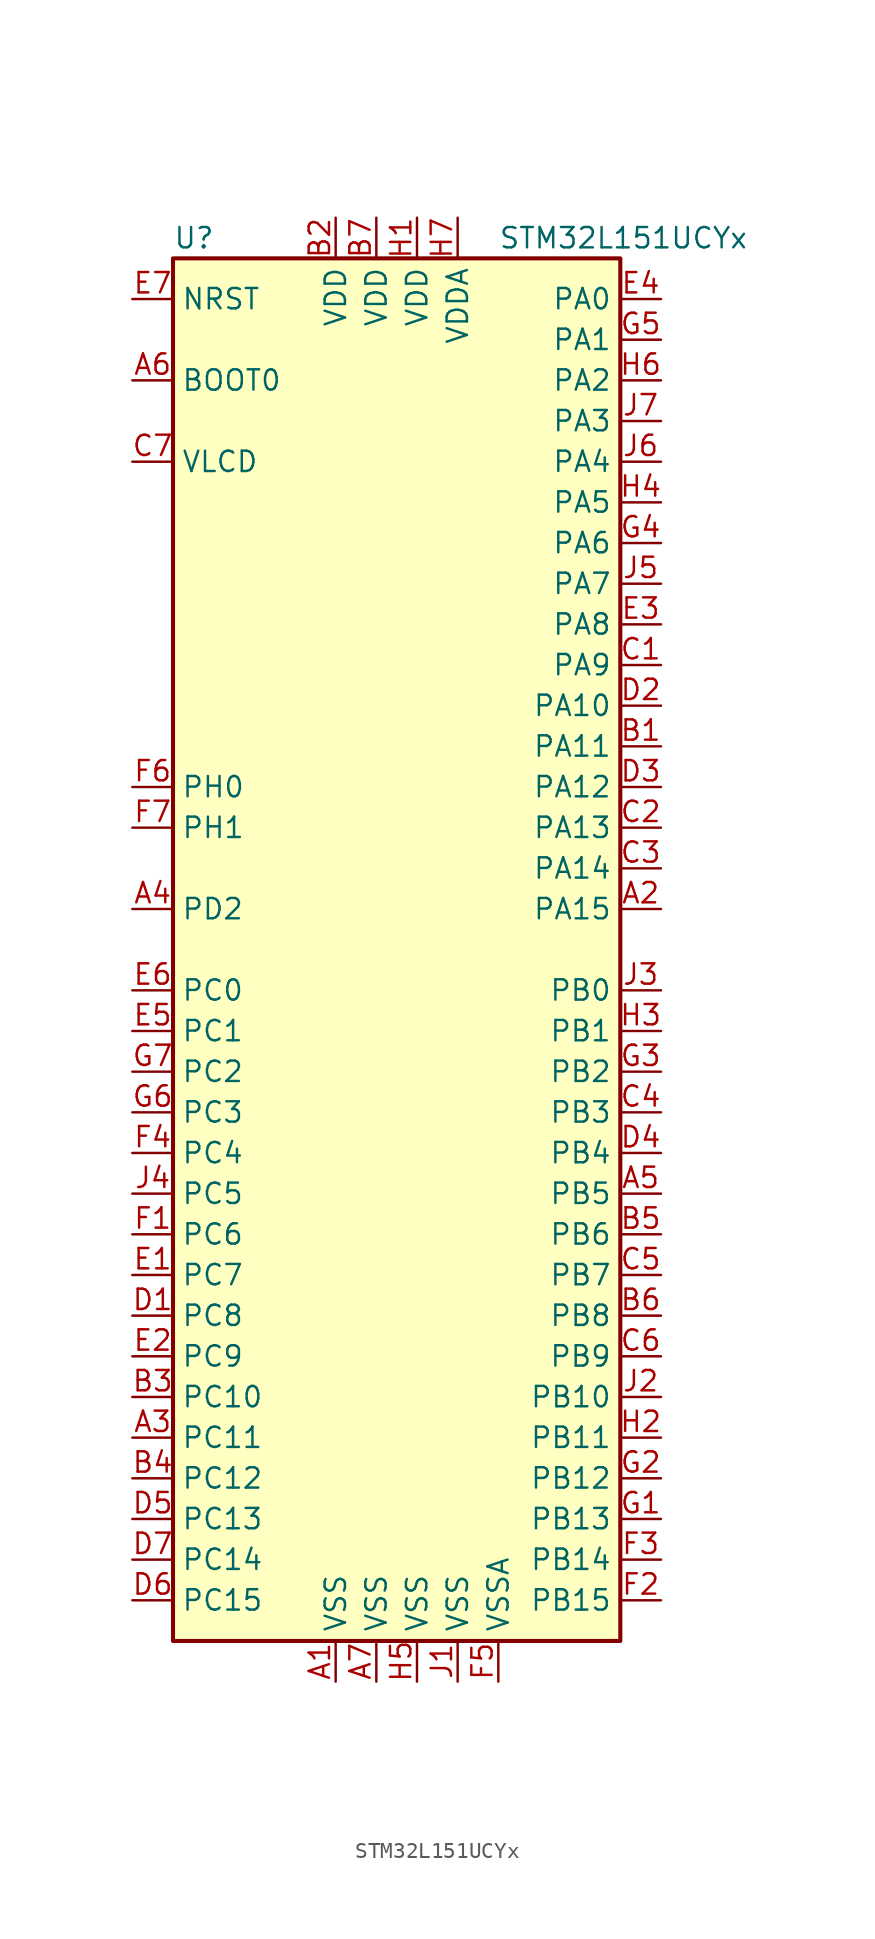
<source format=kicad_sym>
(kicad_symbol_lib
  (version 20201005)
  (generator kicad_symbol_editor)
  (symbol "STM32L151UCYx"
    (property "Reference" "U"
      (at -15.24 44.45 0)
      (effects (font (size 1.27 1.27)) (justify left)))
    (property "Value" "STM32L151UCYx"
      (at 5.08 44.45 0)
      (effects (font (size 1.27 1.27)) (justify left)))
    (symbol "STM32L151UCYx_0_1"
      (rectangle (start -15.24 -43.18) (end 12.7 43.18) (stroke (width 0.254)) (fill (type background))))
    (symbol "STM32L151UCYx_1_1"
      (pin input line (at -17.78 35.56 0) (length 2.54) (name "BOOT0" (effects (font (size 1.27 1.27)))) (number "A6" (effects (font (size 1.27 1.27)))))
      (pin input line (at -17.78 40.64 0) (length 2.54) (name "NRST" (effects (font (size 1.27 1.27)))) (number "E7" (effects (font (size 1.27 1.27)))))
      (pin bidirectional line (at 15.24 40.64 180) (length 2.54) (name "PA0" (effects (font (size 1.27 1.27)))) (number "E4" (effects (font (size 1.27 1.27)))))
      (pin bidirectional line (at 15.24 38.1 180) (length 2.54) (name "PA1" (effects (font (size 1.27 1.27)))) (number "G5" (effects (font (size 1.27 1.27)))))
      (pin bidirectional line (at 15.24 15.24 180) (length 2.54) (name "PA10" (effects (font (size 1.27 1.27)))) (number "D2" (effects (font (size 1.27 1.27)))))
      (pin bidirectional line (at 15.24 12.7 180) (length 2.54) (name "PA11" (effects (font (size 1.27 1.27)))) (number "B1" (effects (font (size 1.27 1.27)))))
      (pin bidirectional line (at 15.24 10.16 180) (length 2.54) (name "PA12" (effects (font (size 1.27 1.27)))) (number "D3" (effects (font (size 1.27 1.27)))))
      (pin bidirectional line (at 15.24 7.62 180) (length 2.54) (name "PA13" (effects (font (size 1.27 1.27)))) (number "C2" (effects (font (size 1.27 1.27)))))
      (pin bidirectional line (at 15.24 5.08 180) (length 2.54) (name "PA14" (effects (font (size 1.27 1.27)))) (number "C3" (effects (font (size 1.27 1.27)))))
      (pin bidirectional line (at 15.24 2.54 180) (length 2.54) (name "PA15" (effects (font (size 1.27 1.27)))) (number "A2" (effects (font (size 1.27 1.27)))))
      (pin bidirectional line (at 15.24 35.56 180) (length 2.54) (name "PA2" (effects (font (size 1.27 1.27)))) (number "H6" (effects (font (size 1.27 1.27)))))
      (pin bidirectional line (at 15.24 33.02 180) (length 2.54) (name "PA3" (effects (font (size 1.27 1.27)))) (number "J7" (effects (font (size 1.27 1.27)))))
      (pin bidirectional line (at 15.24 30.48 180) (length 2.54) (name "PA4" (effects (font (size 1.27 1.27)))) (number "J6" (effects (font (size 1.27 1.27)))))
      (pin bidirectional line (at 15.24 27.94 180) (length 2.54) (name "PA5" (effects (font (size 1.27 1.27)))) (number "H4" (effects (font (size 1.27 1.27)))))
      (pin bidirectional line (at 15.24 25.4 180) (length 2.54) (name "PA6" (effects (font (size 1.27 1.27)))) (number "G4" (effects (font (size 1.27 1.27)))))
      (pin bidirectional line (at 15.24 22.86 180) (length 2.54) (name "PA7" (effects (font (size 1.27 1.27)))) (number "J5" (effects (font (size 1.27 1.27)))))
      (pin bidirectional line (at 15.24 20.32 180) (length 2.54) (name "PA8" (effects (font (size 1.27 1.27)))) (number "E3" (effects (font (size 1.27 1.27)))))
      (pin bidirectional line (at 15.24 17.78 180) (length 2.54) (name "PA9" (effects (font (size 1.27 1.27)))) (number "C1" (effects (font (size 1.27 1.27)))))
      (pin bidirectional line (at 15.24 -2.54 180) (length 2.54) (name "PB0" (effects (font (size 1.27 1.27)))) (number "J3" (effects (font (size 1.27 1.27)))))
      (pin bidirectional line (at 15.24 -5.08 180) (length 2.54) (name "PB1" (effects (font (size 1.27 1.27)))) (number "H3" (effects (font (size 1.27 1.27)))))
      (pin bidirectional line (at 15.24 -27.94 180) (length 2.54) (name "PB10" (effects (font (size 1.27 1.27)))) (number "J2" (effects (font (size 1.27 1.27)))))
      (pin bidirectional line (at 15.24 -30.48 180) (length 2.54) (name "PB11" (effects (font (size 1.27 1.27)))) (number "H2" (effects (font (size 1.27 1.27)))))
      (pin bidirectional line (at 15.24 -33.02 180) (length 2.54) (name "PB12" (effects (font (size 1.27 1.27)))) (number "G2" (effects (font (size 1.27 1.27)))))
      (pin bidirectional line (at 15.24 -35.56 180) (length 2.54) (name "PB13" (effects (font (size 1.27 1.27)))) (number "G1" (effects (font (size 1.27 1.27)))))
      (pin bidirectional line (at 15.24 -38.1 180) (length 2.54) (name "PB14" (effects (font (size 1.27 1.27)))) (number "F3" (effects (font (size 1.27 1.27)))))
      (pin bidirectional line (at 15.24 -40.64 180) (length 2.54) (name "PB15" (effects (font (size 1.27 1.27)))) (number "F2" (effects (font (size 1.27 1.27)))))
      (pin bidirectional line (at 15.24 -7.62 180) (length 2.54) (name "PB2" (effects (font (size 1.27 1.27)))) (number "G3" (effects (font (size 1.27 1.27)))))
      (pin bidirectional line (at 15.24 -10.16 180) (length 2.54) (name "PB3" (effects (font (size 1.27 1.27)))) (number "C4" (effects (font (size 1.27 1.27)))))
      (pin bidirectional line (at 15.24 -12.7 180) (length 2.54) (name "PB4" (effects (font (size 1.27 1.27)))) (number "D4" (effects (font (size 1.27 1.27)))))
      (pin bidirectional line (at 15.24 -15.24 180) (length 2.54) (name "PB5" (effects (font (size 1.27 1.27)))) (number "A5" (effects (font (size 1.27 1.27)))))
      (pin bidirectional line (at 15.24 -17.78 180) (length 2.54) (name "PB6" (effects (font (size 1.27 1.27)))) (number "B5" (effects (font (size 1.27 1.27)))))
      (pin bidirectional line (at 15.24 -20.32 180) (length 2.54) (name "PB7" (effects (font (size 1.27 1.27)))) (number "C5" (effects (font (size 1.27 1.27)))))
      (pin bidirectional line (at 15.24 -22.86 180) (length 2.54) (name "PB8" (effects (font (size 1.27 1.27)))) (number "B6" (effects (font (size 1.27 1.27)))))
      (pin bidirectional line (at 15.24 -25.4 180) (length 2.54) (name "PB9" (effects (font (size 1.27 1.27)))) (number "C6" (effects (font (size 1.27 1.27)))))
      (pin bidirectional line (at -17.78 -2.54 0) (length 2.54) (name "PC0" (effects (font (size 1.27 1.27)))) (number "E6" (effects (font (size 1.27 1.27)))))
      (pin bidirectional line (at -17.78 -5.08 0) (length 2.54) (name "PC1" (effects (font (size 1.27 1.27)))) (number "E5" (effects (font (size 1.27 1.27)))))
      (pin bidirectional line (at -17.78 -27.94 0) (length 2.54) (name "PC10" (effects (font (size 1.27 1.27)))) (number "B3" (effects (font (size 1.27 1.27)))))
      (pin bidirectional line (at -17.78 -30.48 0) (length 2.54) (name "PC11" (effects (font (size 1.27 1.27)))) (number "A3" (effects (font (size 1.27 1.27)))))
      (pin bidirectional line (at -17.78 -33.02 0) (length 2.54) (name "PC12" (effects (font (size 1.27 1.27)))) (number "B4" (effects (font (size 1.27 1.27)))))
      (pin bidirectional line (at -17.78 -35.56 0) (length 2.54) (name "PC13" (effects (font (size 1.27 1.27)))) (number "D5" (effects (font (size 1.27 1.27)))))
      (pin bidirectional line (at -17.78 -38.1 0) (length 2.54) (name "PC14" (effects (font (size 1.27 1.27)))) (number "D7" (effects (font (size 1.27 1.27)))))
      (pin bidirectional line (at -17.78 -40.64 0) (length 2.54) (name "PC15" (effects (font (size 1.27 1.27)))) (number "D6" (effects (font (size 1.27 1.27)))))
      (pin bidirectional line (at -17.78 -7.62 0) (length 2.54) (name "PC2" (effects (font (size 1.27 1.27)))) (number "G7" (effects (font (size 1.27 1.27)))))
      (pin bidirectional line (at -17.78 -10.16 0) (length 2.54) (name "PC3" (effects (font (size 1.27 1.27)))) (number "G6" (effects (font (size 1.27 1.27)))))
      (pin bidirectional line (at -17.78 -12.7 0) (length 2.54) (name "PC4" (effects (font (size 1.27 1.27)))) (number "F4" (effects (font (size 1.27 1.27)))))
      (pin bidirectional line (at -17.78 -15.24 0) (length 2.54) (name "PC5" (effects (font (size 1.27 1.27)))) (number "J4" (effects (font (size 1.27 1.27)))))
      (pin bidirectional line (at -17.78 -17.78 0) (length 2.54) (name "PC6" (effects (font (size 1.27 1.27)))) (number "F1" (effects (font (size 1.27 1.27)))))
      (pin bidirectional line (at -17.78 -20.32 0) (length 2.54) (name "PC7" (effects (font (size 1.27 1.27)))) (number "E1" (effects (font (size 1.27 1.27)))))
      (pin bidirectional line (at -17.78 -22.86 0) (length 2.54) (name "PC8" (effects (font (size 1.27 1.27)))) (number "D1" (effects (font (size 1.27 1.27)))))
      (pin bidirectional line (at -17.78 -25.4 0) (length 2.54) (name "PC9" (effects (font (size 1.27 1.27)))) (number "E2" (effects (font (size 1.27 1.27)))))
      (pin bidirectional line (at -17.78 2.54 0) (length 2.54) (name "PD2" (effects (font (size 1.27 1.27)))) (number "A4" (effects (font (size 1.27 1.27)))))
      (pin input line (at -17.78 10.16 0) (length 2.54) (name "PH0" (effects (font (size 1.27 1.27)))) (number "F6" (effects (font (size 1.27 1.27)))))
      (pin input line (at -17.78 7.62 0) (length 2.54) (name "PH1" (effects (font (size 1.27 1.27)))) (number "F7" (effects (font (size 1.27 1.27)))))
      (pin power_in line (at -5.08 45.72 270) (length 2.54) (name "VDD" (effects (font (size 1.27 1.27)))) (number "B2" (effects (font (size 1.27 1.27)))))
      (pin power_in line (at -2.54 45.72 270) (length 2.54) (name "VDD" (effects (font (size 1.27 1.27)))) (number "B7" (effects (font (size 1.27 1.27)))))
      (pin power_in line (at 0 45.72 270) (length 2.54) (name "VDD" (effects (font (size 1.27 1.27)))) (number "H1" (effects (font (size 1.27 1.27)))))
      (pin power_in line (at 2.54 45.72 270) (length 2.54) (name "VDDA" (effects (font (size 1.27 1.27)))) (number "H7" (effects (font (size 1.27 1.27)))))
      (pin power_in line (at -17.78 30.48 0) (length 2.54) (name "VLCD" (effects (font (size 1.27 1.27)))) (number "C7" (effects (font (size 1.27 1.27)))))
      (pin power_in line (at -5.08 -45.72 90) (length 2.54) (name "VSS" (effects (font (size 1.27 1.27)))) (number "A1" (effects (font (size 1.27 1.27)))))
      (pin power_in line (at -2.54 -45.72 90) (length 2.54) (name "VSS" (effects (font (size 1.27 1.27)))) (number "A7" (effects (font (size 1.27 1.27)))))
      (pin power_in line (at 0 -45.72 90) (length 2.54) (name "VSS" (effects (font (size 1.27 1.27)))) (number "H5" (effects (font (size 1.27 1.27)))))
      (pin power_in line (at 2.54 -45.72 90) (length 2.54) (name "VSS" (effects (font (size 1.27 1.27)))) (number "J1" (effects (font (size 1.27 1.27)))))
      (pin power_in line (at 5.08 -45.72 90) (length 2.54) (name "VSSA" (effects (font (size 1.27 1.27)))) (number "F5" (effects (font (size 1.27 1.27))))))))
</source>
